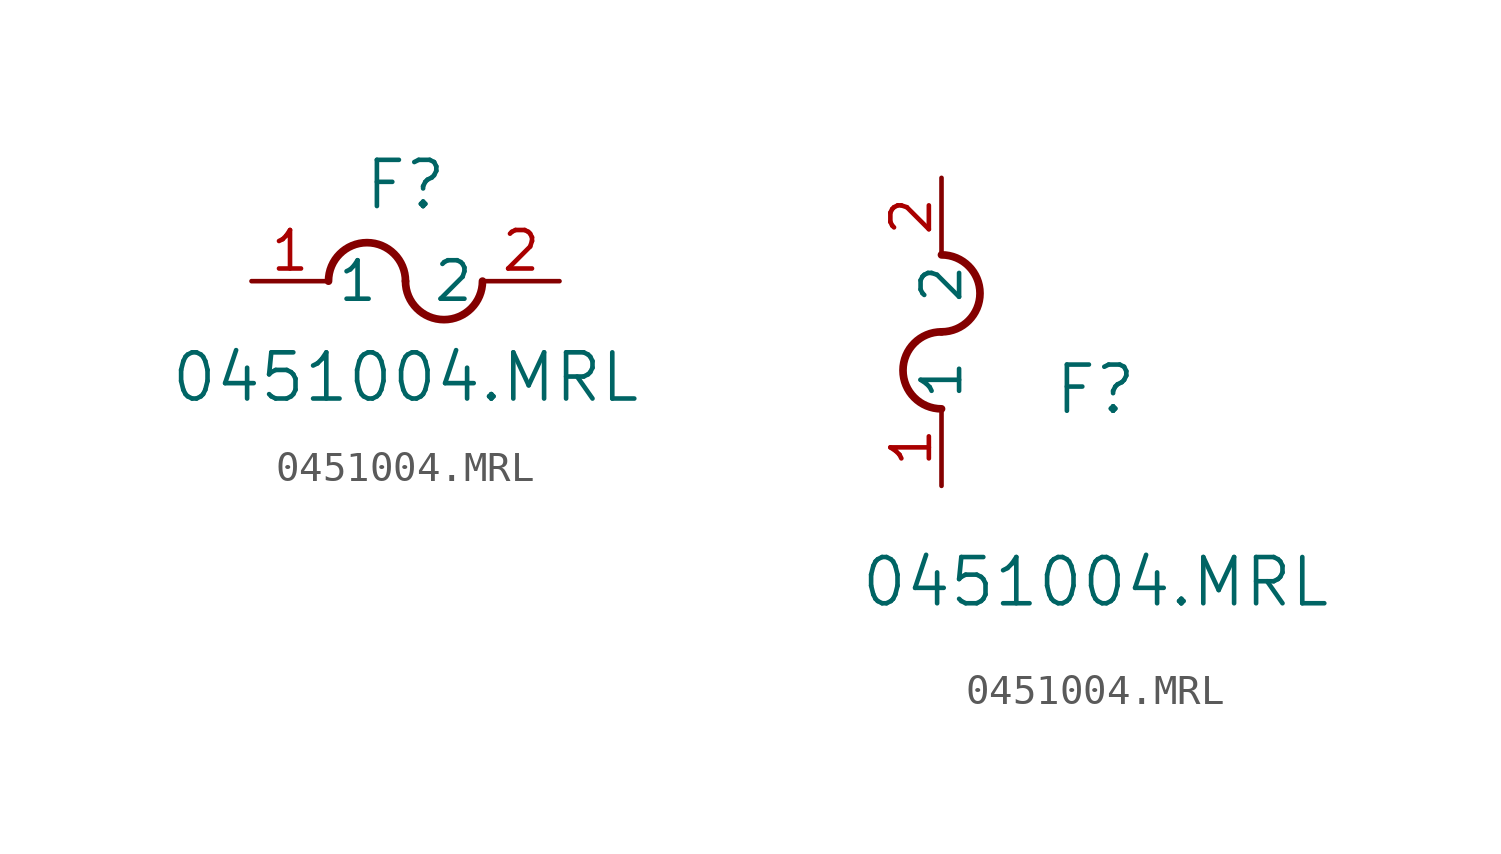
<source format=kicad_sym>
(kicad_symbol_lib
  (version 20211014)
  (generator kicad_symbol_editor)
  (symbol "0451004.MRL"
    (pin_names
      (offset 0.254))
    (property "Reference" "F"
      (at 5.08 3.175 0)
      (effects (font (size 1.524 1.524))))
    (property "Value" "0451004.MRL"
      (at 5.08 -3.175 0)
      (effects (font (size 1.524 1.524))))
    (symbol "0451004.MRL_1_1"
      (arc (start 5.08 0) (mid 3.81 1.27) (end 2.54 0) (stroke (width 0.254) (type default) (color 0 0 0 0)) (fill (type none)))
      (arc (start 5.08 0) (mid 6.35 -1.27) (end 7.62 0) (stroke (width 0.254) (type default) (color 0 0 0 0)) (fill (type none)))
      (pin unspecified line (at 0 0 0) (length 2.54) (name "1" (effects (font (size 1.27 1.27)))) (number "1" (effects (font (size 1.27 1.27)))))
      (pin unspecified line (at 10.16 0 180) (length 2.54) (name "2" (effects (font (size 1.27 1.27)))) (number "2" (effects (font (size 1.27 1.27))))))
    (symbol "0451004.MRL_1_2"
      (arc (start 0 5.08) (mid -1.27 3.81) (end 0 2.54) (stroke (width 0.254) (type default) (color 0 0 0 0)) (fill (type none)))
      (arc (start 0 5.08) (mid 1.27 6.35) (end 0 7.62) (stroke (width 0.254) (type default) (color 0 0 0 0)) (fill (type none)))
      (pin unspecified line (at 0 0 90) (length 2.54) (name "1" (effects (font (size 1.27 1.27)))) (number "1" (effects (font (size 1.27 1.27)))))
      (pin unspecified line (at 0 10.16 270) (length 2.54) (name "2" (effects (font (size 1.27 1.27)))) (number "2" (effects (font (size 1.27 1.27))))))))
</source>
